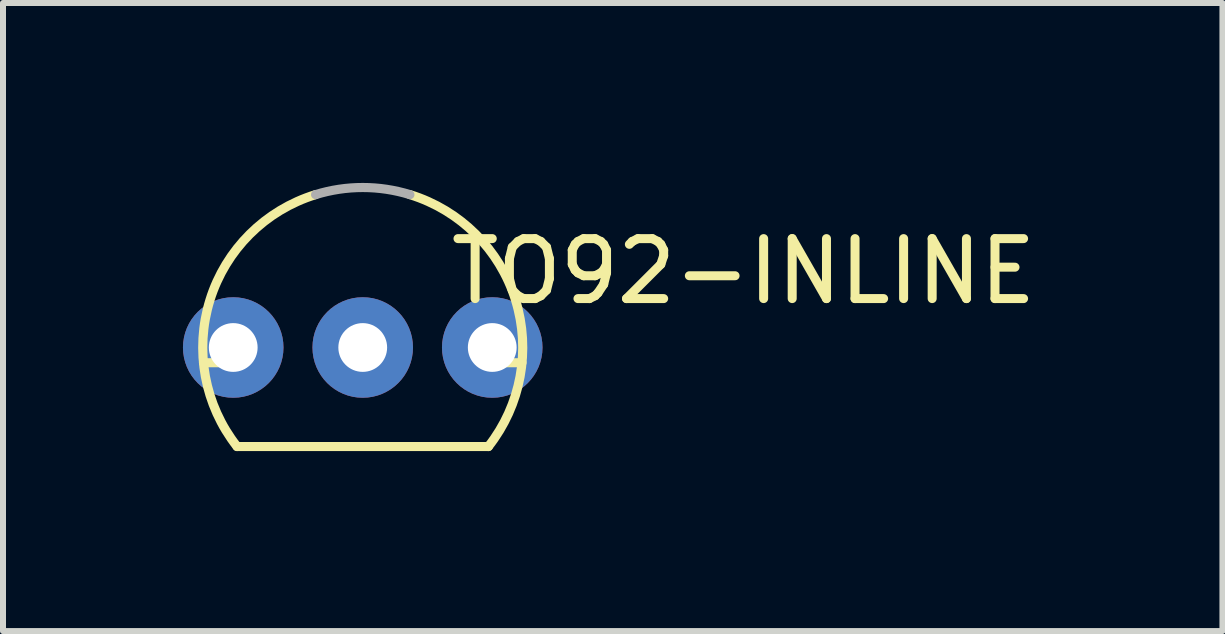
<source format=kicad_pcb>
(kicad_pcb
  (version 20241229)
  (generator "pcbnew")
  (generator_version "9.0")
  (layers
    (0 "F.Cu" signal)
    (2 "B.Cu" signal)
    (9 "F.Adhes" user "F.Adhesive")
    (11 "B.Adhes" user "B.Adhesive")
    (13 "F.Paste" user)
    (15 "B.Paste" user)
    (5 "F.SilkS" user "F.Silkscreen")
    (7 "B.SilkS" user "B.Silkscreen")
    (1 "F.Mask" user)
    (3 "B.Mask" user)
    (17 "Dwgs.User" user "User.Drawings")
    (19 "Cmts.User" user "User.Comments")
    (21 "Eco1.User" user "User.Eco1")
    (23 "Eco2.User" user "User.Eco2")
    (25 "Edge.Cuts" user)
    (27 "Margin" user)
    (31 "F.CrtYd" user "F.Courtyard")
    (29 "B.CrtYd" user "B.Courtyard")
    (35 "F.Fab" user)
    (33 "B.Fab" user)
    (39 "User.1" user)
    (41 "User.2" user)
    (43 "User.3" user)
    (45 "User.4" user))
  (footprint "TO92-INLINE"
    (layer "F.Cu")
    (at 2.997 2.743)
    (property "Reference" "TO92-INLINE" (at 6.35 -1.27 0) (layer "F.SilkS") (effects (font (size 1 1) (thickness 0.15))))
    (attr through_hole)
    (fp_line (start -2.655 0.254) (end -2.254 0.254) (stroke (width 0.152) (type solid)) (layer "F.SilkS"))
    (fp_line (start -2.095 1.651) (end 2.095 1.651) (stroke (width 0.152) (type solid)) (layer "F.SilkS"))
    (fp_line (start 2.254 0.254) (end 2.655 0.254) (stroke (width 0.152) (type solid)) (layer "F.SilkS"))
    (fp_arc (start -2.0946 1.651) (mid -2.54634 -0.793276) (end -0.7863 -2.5485) (stroke (width 0.1524) (type solid)) (layer "F.SilkS"))
    (fp_arc (start 0.786799 -2.5484) (mid 2.546775 -0.793203) (end 2.095 1.651) (stroke (width 0.1524) (type solid)) (layer "F.SilkS"))
    (fp_arc (start -0.7863 -2.5485) (mid 0 -2.667043) (end 0.7863 -2.5485) (stroke (width 0.1524) (type solid)) (layer "F.Fab"))
    (pad "1" thru_hole circle (at -2.159 0) (size 1.676 1.676) (drill 0.813) (layers "*.Cu" "*.Mask"))
    (pad "2" thru_hole circle (at 0 0) (size 1.676 1.676) (drill 0.813) (layers "*.Cu" "*.Mask"))
    (pad "3" thru_hole circle (at 2.159 0) (size 1.676 1.676) (drill 0.813) (layers "*.Cu" "*.Mask")))
  (gr_rect
    (start -3 -3)
    (end 17.329 7.47)
    (stroke (width 0.1) (type default))
    (fill no)
    (layer "Edge.Cuts")))
</source>
